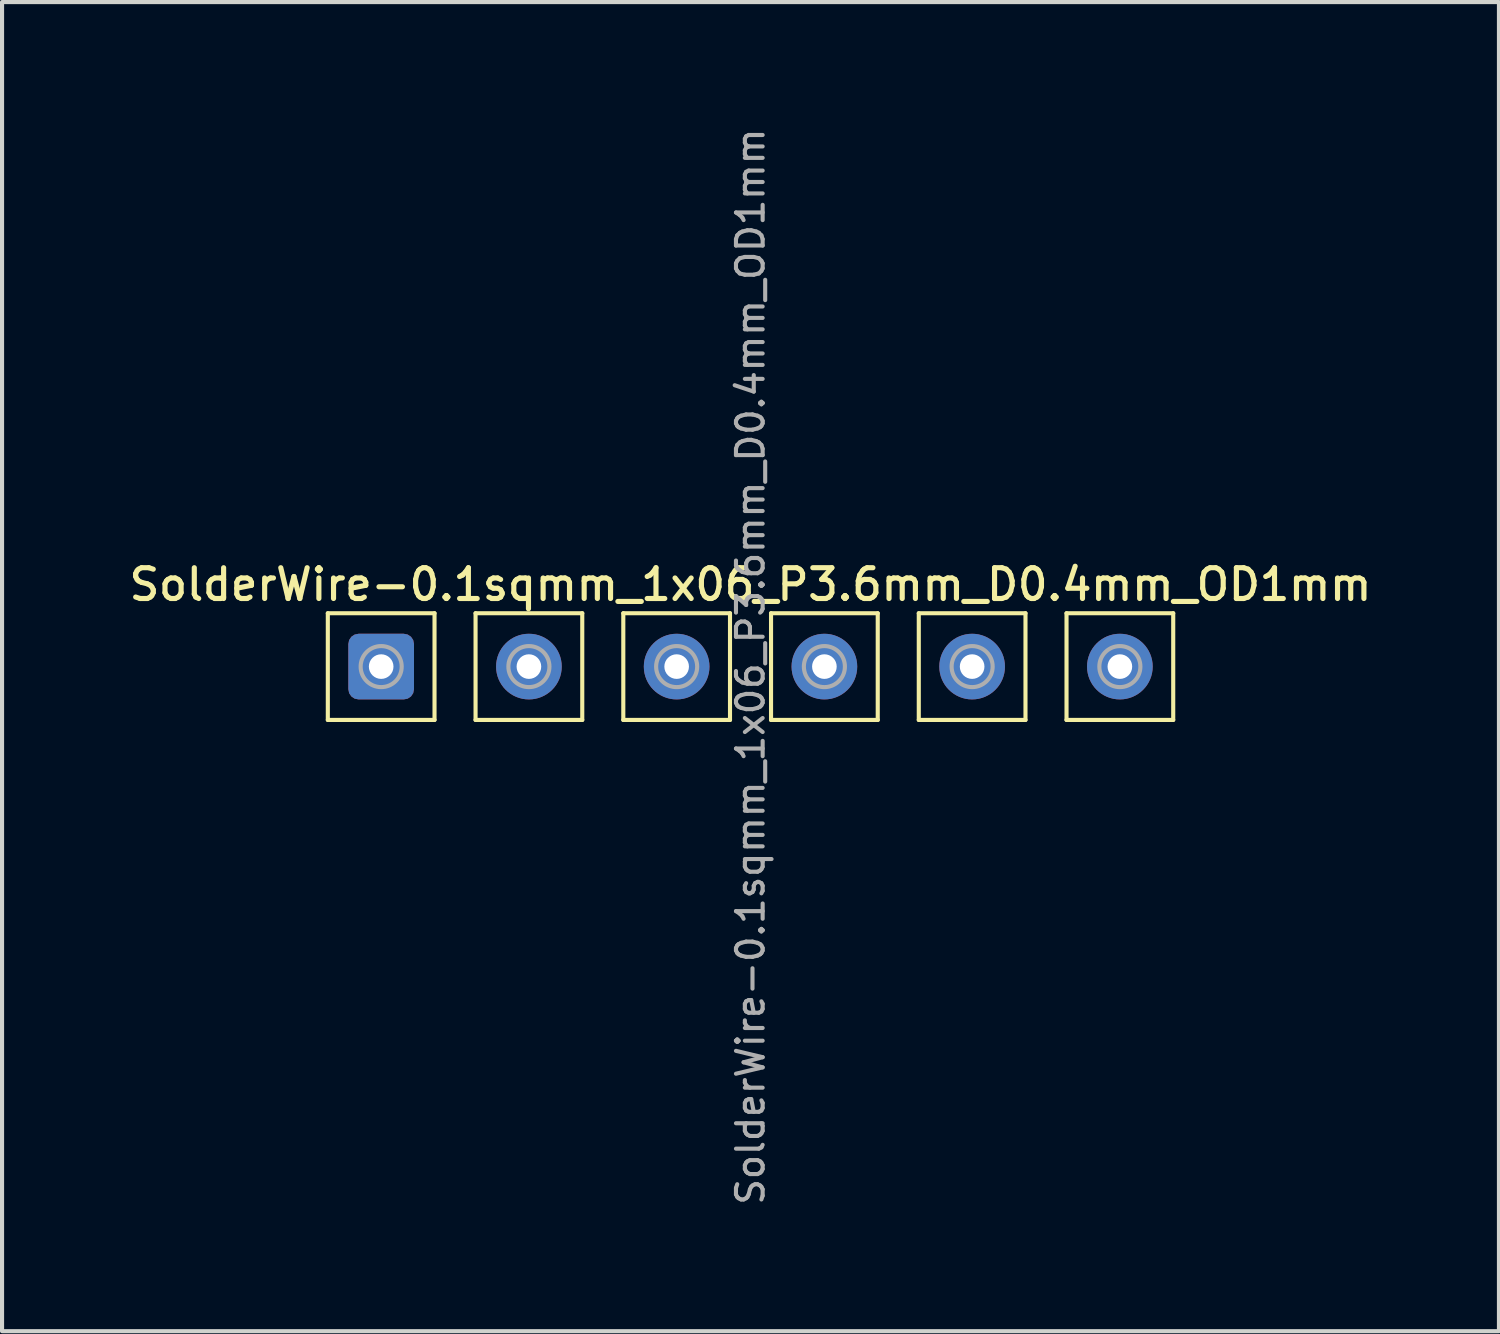
<source format=kicad_pcb>
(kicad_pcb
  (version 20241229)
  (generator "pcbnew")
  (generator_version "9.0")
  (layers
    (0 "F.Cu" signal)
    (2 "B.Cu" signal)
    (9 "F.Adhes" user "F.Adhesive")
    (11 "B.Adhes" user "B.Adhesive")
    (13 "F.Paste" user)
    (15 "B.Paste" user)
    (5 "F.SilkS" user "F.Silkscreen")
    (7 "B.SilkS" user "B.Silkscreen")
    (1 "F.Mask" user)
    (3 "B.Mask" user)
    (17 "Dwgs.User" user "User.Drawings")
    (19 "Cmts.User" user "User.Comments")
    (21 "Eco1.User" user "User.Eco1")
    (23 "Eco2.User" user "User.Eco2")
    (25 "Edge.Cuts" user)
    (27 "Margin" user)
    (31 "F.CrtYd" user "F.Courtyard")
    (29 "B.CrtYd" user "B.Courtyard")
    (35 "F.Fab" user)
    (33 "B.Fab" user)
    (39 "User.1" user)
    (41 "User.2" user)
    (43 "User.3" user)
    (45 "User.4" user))
  (footprint "SolderWire-0.1sqmm_1x06_P3.6mm_D0.4mm_OD1mm"
    (layer "F.Cu")
    (at 6.238 13.193)
    (property "Reference" "SolderWire-0.1sqmm_1x06_P3.6mm_D0.4mm_OD1mm" (at 9 -2 0) (layer "F.SilkS") (effects (font (size 0.75 0.75) (thickness 0.125))))
    (attr exclude_from_pos_files exclude_from_bom)
    (fp_line (start -1.3 -1.3) (end -1.3 1.3) (stroke (width 0.1) (type solid)) (layer "F.SilkS"))
    (fp_line (start -1.3 1.3) (end 1.3 1.3) (stroke (width 0.1) (type solid)) (layer "F.SilkS"))
    (fp_line (start 1.3 -1.3) (end -1.3 -1.3) (stroke (width 0.1) (type solid)) (layer "F.SilkS"))
    (fp_line (start 1.3 1.3) (end 1.3 -1.3) (stroke (width 0.1) (type solid)) (layer "F.SilkS"))
    (fp_line (start 2.3 -1.3) (end 2.3 1.3) (stroke (width 0.1) (type solid)) (layer "F.SilkS"))
    (fp_line (start 2.3 1.3) (end 4.9 1.3) (stroke (width 0.1) (type solid)) (layer "F.SilkS"))
    (fp_line (start 4.9 -1.3) (end 2.3 -1.3) (stroke (width 0.1) (type solid)) (layer "F.SilkS"))
    (fp_line (start 4.9 1.3) (end 4.9 -1.3) (stroke (width 0.1) (type solid)) (layer "F.SilkS"))
    (fp_line (start 5.9 -1.3) (end 5.9 1.3) (stroke (width 0.1) (type solid)) (layer "F.SilkS"))
    (fp_line (start 5.9 1.3) (end 8.5 1.3) (stroke (width 0.1) (type solid)) (layer "F.SilkS"))
    (fp_line (start 8.5 -1.3) (end 5.9 -1.3) (stroke (width 0.1) (type solid)) (layer "F.SilkS"))
    (fp_line (start 8.5 1.3) (end 8.5 -1.3) (stroke (width 0.1) (type solid)) (layer "F.SilkS"))
    (fp_line (start 9.5 -1.3) (end 9.5 1.3) (stroke (width 0.1) (type solid)) (layer "F.SilkS"))
    (fp_line (start 9.5 1.3) (end 12.1 1.3) (stroke (width 0.1) (type solid)) (layer "F.SilkS"))
    (fp_line (start 12.1 -1.3) (end 9.5 -1.3) (stroke (width 0.1) (type solid)) (layer "F.SilkS"))
    (fp_line (start 12.1 1.3) (end 12.1 -1.3) (stroke (width 0.1) (type solid)) (layer "F.SilkS"))
    (fp_line (start 13.1 -1.3) (end 13.1 1.3) (stroke (width 0.1) (type solid)) (layer "F.SilkS"))
    (fp_line (start 13.1 1.3) (end 15.7 1.3) (stroke (width 0.1) (type solid)) (layer "F.SilkS"))
    (fp_line (start 15.7 -1.3) (end 13.1 -1.3) (stroke (width 0.1) (type solid)) (layer "F.SilkS"))
    (fp_line (start 15.7 1.3) (end 15.7 -1.3) (stroke (width 0.1) (type solid)) (layer "F.SilkS"))
    (fp_line (start 16.7 -1.3) (end 16.7 1.3) (stroke (width 0.1) (type solid)) (layer "F.SilkS"))
    (fp_line (start 16.7 1.3) (end 19.3 1.3) (stroke (width 0.1) (type solid)) (layer "F.SilkS"))
    (fp_line (start 19.3 -1.3) (end 16.7 -1.3) (stroke (width 0.1) (type solid)) (layer "F.SilkS"))
    (fp_line (start 19.3 1.3) (end 19.3 -1.3) (stroke (width 0.1) (type solid)) (layer "F.SilkS"))
    (fp_circle (center 0 0) (end 0.5 0) (stroke (width 0.1) (type solid)) (fill no) (layer "F.Fab"))
    (fp_circle (center 3.6 0) (end 4.1 0) (stroke (width 0.1) (type solid)) (fill no) (layer "F.Fab"))
    (fp_circle (center 7.2 0) (end 7.7 0) (stroke (width 0.1) (type solid)) (fill no) (layer "F.Fab"))
    (fp_circle (center 10.8 0) (end 11.3 0) (stroke (width 0.1) (type solid)) (fill no) (layer "F.Fab"))
    (fp_circle (center 14.4 0) (end 14.9 0) (stroke (width 0.1) (type solid)) (fill no) (layer "F.Fab"))
    (fp_circle (center 18 0) (end 18.5 0) (stroke (width 0.1) (type solid)) (fill no) (layer "F.Fab"))
    (fp_text user "${REFERENCE}" (at 9 0 90) (layer "F.Fab") (effects (font (size 0.65 0.65) (thickness 0.1))))
    (pad "1" thru_hole roundrect (at 0 0) (size 1.6 1.6) (drill 0.6) (layers "*.Cu" "*.Mask") (roundrect_rratio 0.156))
    (pad "2" thru_hole circle (at 3.6 0) (size 1.6 1.6) (drill 0.6) (layers "*.Cu" "*.Mask"))
    (pad "3" thru_hole circle (at 7.2 0) (size 1.6 1.6) (drill 0.6) (layers "*.Cu" "*.Mask"))
    (pad "4" thru_hole circle (at 10.8 0) (size 1.6 1.6) (drill 0.6) (layers "*.Cu" "*.Mask"))
    (pad "5" thru_hole circle (at 14.4 0) (size 1.6 1.6) (drill 0.6) (layers "*.Cu" "*.Mask"))
    (pad "6" thru_hole circle (at 18 0) (size 1.6 1.6) (drill 0.6) (layers "*.Cu" "*.Mask")))
  (gr_rect
    (start -3 -3)
    (end 33.475 29.387)
    (stroke (width 0.1) (type default))
    (fill no)
    (layer "Edge.Cuts")))
</source>
